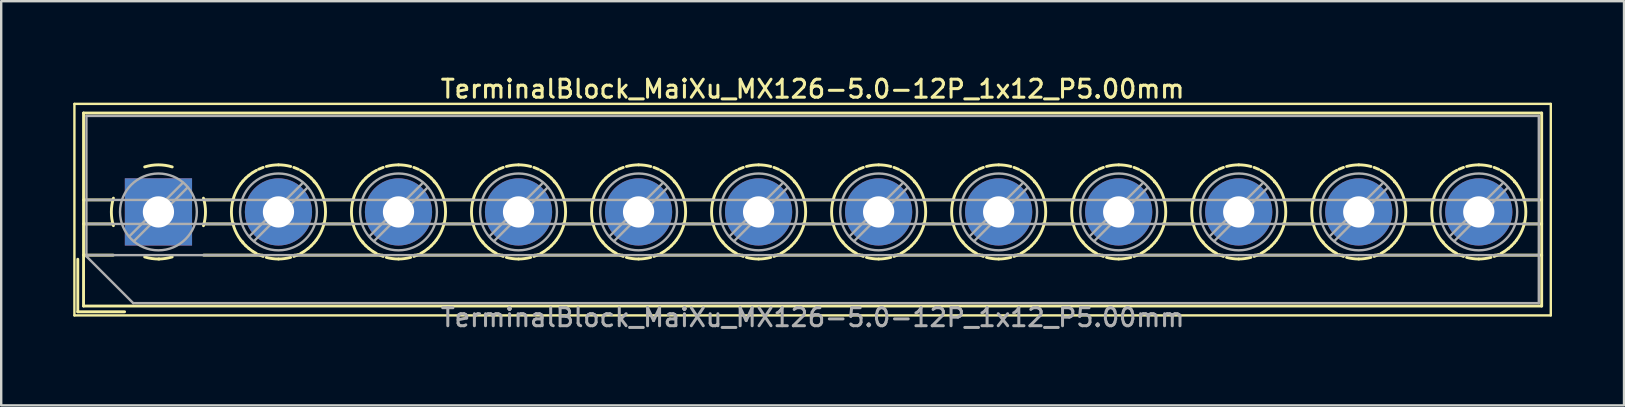
<source format=kicad_pcb>
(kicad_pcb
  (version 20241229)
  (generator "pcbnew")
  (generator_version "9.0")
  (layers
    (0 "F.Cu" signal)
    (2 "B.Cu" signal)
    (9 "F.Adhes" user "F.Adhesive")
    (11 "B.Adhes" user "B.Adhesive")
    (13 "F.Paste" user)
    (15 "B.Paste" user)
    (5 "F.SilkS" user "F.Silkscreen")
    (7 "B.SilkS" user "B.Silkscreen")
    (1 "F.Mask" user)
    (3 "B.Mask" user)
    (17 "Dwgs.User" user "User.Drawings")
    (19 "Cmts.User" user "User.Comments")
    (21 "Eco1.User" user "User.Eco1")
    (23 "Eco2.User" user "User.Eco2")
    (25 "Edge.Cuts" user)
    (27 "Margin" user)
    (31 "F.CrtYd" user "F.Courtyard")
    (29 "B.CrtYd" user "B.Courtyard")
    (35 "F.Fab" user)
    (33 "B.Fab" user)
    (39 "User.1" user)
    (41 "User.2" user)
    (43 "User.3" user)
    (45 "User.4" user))
  (footprint "TerminalBlock_MaiXu_MX126-5.0-12P_1x12_P5.00mm"
    (layer "F.Cu")
    (at 3.55 5.778)
    (property "Reference" "TerminalBlock_MaiXu_MX126-5.0-12P_1x12_P5.00mm" (at 27.25 -5.12 0) (layer "F.SilkS") (effects (font (size 0.75 0.75) (thickness 0.125))))
    (attr through_hole)
    (fp_line (start -3.5 -4.5) (end -3.5 4.31) (stroke (width 0.1) (type solid)) (layer "F.SilkS"))
    (fp_line (start -3.5 4.31) (end 58 4.31) (stroke (width 0.1) (type solid)) (layer "F.SilkS"))
    (fp_line (start -3.36 1.97) (end -3.36 4.16) (stroke (width 0.12) (type solid)) (layer "F.SilkS"))
    (fp_line (start -3.36 4.16) (end -1.41 4.16) (stroke (width 0.12) (type solid)) (layer "F.SilkS"))
    (fp_line (start -3.12 -4.12) (end -3.12 3.92) (stroke (width 0.12) (type solid)) (layer "F.SilkS"))
    (fp_line (start -3.12 -4.12) (end 57.62 -4.12) (stroke (width 0.12) (type solid)) (layer "F.SilkS"))
    (fp_line (start -3.12 -0.5) (end -1.88 -0.5) (stroke (width 0.12) (type solid)) (layer "F.SilkS"))
    (fp_line (start -3.12 0.5) (end -1.88 0.5) (stroke (width 0.12) (type solid)) (layer "F.SilkS"))
    (fp_line (start -3.12 1.8) (end -1.88 1.8) (stroke (width 0.12) (type solid)) (layer "F.SilkS"))
    (fp_line (start -3.12 3.92) (end 57.62 3.92) (stroke (width 0.12) (type solid)) (layer "F.SilkS"))
    (fp_line (start 1.88 -0.5) (end 3.165 -0.5) (stroke (width 0.12) (type solid)) (layer "F.SilkS"))
    (fp_line (start 1.88 0.5) (end 3.165 0.5) (stroke (width 0.12) (type solid)) (layer "F.SilkS"))
    (fp_line (start 1.88 1.8) (end 4.331 1.8) (stroke (width 0.12) (type solid)) (layer "F.SilkS"))
    (fp_line (start 3.514 1.248) (end 3.514 1.248) (stroke (width 0.12) (type solid)) (layer "F.SilkS"))
    (fp_line (start 5.67 1.8) (end 9.331 1.8) (stroke (width 0.12) (type solid)) (layer "F.SilkS"))
    (fp_line (start 6.487 -1.248) (end 6.487 -1.248) (stroke (width 0.12) (type solid)) (layer "F.SilkS"))
    (fp_line (start 6.836 -0.5) (end 8.165 -0.5) (stroke (width 0.12) (type solid)) (layer "F.SilkS"))
    (fp_line (start 6.836 0.5) (end 8.165 0.5) (stroke (width 0.12) (type solid)) (layer "F.SilkS"))
    (fp_line (start 8.514 1.248) (end 8.514 1.248) (stroke (width 0.12) (type solid)) (layer "F.SilkS"))
    (fp_line (start 10.67 1.8) (end 14.331 1.8) (stroke (width 0.12) (type solid)) (layer "F.SilkS"))
    (fp_line (start 11.487 -1.248) (end 11.487 -1.248) (stroke (width 0.12) (type solid)) (layer "F.SilkS"))
    (fp_line (start 11.836 -0.5) (end 13.165 -0.5) (stroke (width 0.12) (type solid)) (layer "F.SilkS"))
    (fp_line (start 11.836 0.5) (end 13.165 0.5) (stroke (width 0.12) (type solid)) (layer "F.SilkS"))
    (fp_line (start 13.514 1.248) (end 13.514 1.248) (stroke (width 0.12) (type solid)) (layer "F.SilkS"))
    (fp_line (start 15.67 1.8) (end 19.331 1.8) (stroke (width 0.12) (type solid)) (layer "F.SilkS"))
    (fp_line (start 16.487 -1.248) (end 16.487 -1.248) (stroke (width 0.12) (type solid)) (layer "F.SilkS"))
    (fp_line (start 16.836 -0.5) (end 18.165 -0.5) (stroke (width 0.12) (type solid)) (layer "F.SilkS"))
    (fp_line (start 16.836 0.5) (end 18.165 0.5) (stroke (width 0.12) (type solid)) (layer "F.SilkS"))
    (fp_line (start 18.514 1.248) (end 18.514 1.248) (stroke (width 0.12) (type solid)) (layer "F.SilkS"))
    (fp_line (start 20.67 1.8) (end 24.331 1.8) (stroke (width 0.12) (type solid)) (layer "F.SilkS"))
    (fp_line (start 21.487 -1.248) (end 21.487 -1.248) (stroke (width 0.12) (type solid)) (layer "F.SilkS"))
    (fp_line (start 21.836 -0.5) (end 23.165 -0.5) (stroke (width 0.12) (type solid)) (layer "F.SilkS"))
    (fp_line (start 21.836 0.5) (end 23.165 0.5) (stroke (width 0.12) (type solid)) (layer "F.SilkS"))
    (fp_line (start 23.514 1.248) (end 23.514 1.248) (stroke (width 0.12) (type solid)) (layer "F.SilkS"))
    (fp_line (start 25.67 1.8) (end 29.331 1.8) (stroke (width 0.12) (type solid)) (layer "F.SilkS"))
    (fp_line (start 26.487 -1.248) (end 26.487 -1.248) (stroke (width 0.12) (type solid)) (layer "F.SilkS"))
    (fp_line (start 26.836 -0.5) (end 28.165 -0.5) (stroke (width 0.12) (type solid)) (layer "F.SilkS"))
    (fp_line (start 26.836 0.5) (end 28.165 0.5) (stroke (width 0.12) (type solid)) (layer "F.SilkS"))
    (fp_line (start 28.514 1.248) (end 28.514 1.248) (stroke (width 0.12) (type solid)) (layer "F.SilkS"))
    (fp_line (start 30.67 1.8) (end 34.331 1.8) (stroke (width 0.12) (type solid)) (layer "F.SilkS"))
    (fp_line (start 31.487 -1.248) (end 31.487 -1.248) (stroke (width 0.12) (type solid)) (layer "F.SilkS"))
    (fp_line (start 31.836 -0.5) (end 33.165 -0.5) (stroke (width 0.12) (type solid)) (layer "F.SilkS"))
    (fp_line (start 31.836 0.5) (end 33.165 0.5) (stroke (width 0.12) (type solid)) (layer "F.SilkS"))
    (fp_line (start 33.514 1.248) (end 33.514 1.248) (stroke (width 0.12) (type solid)) (layer "F.SilkS"))
    (fp_line (start 35.67 1.8) (end 39.331 1.8) (stroke (width 0.12) (type solid)) (layer "F.SilkS"))
    (fp_line (start 36.487 -1.248) (end 36.487 -1.248) (stroke (width 0.12) (type solid)) (layer "F.SilkS"))
    (fp_line (start 36.836 -0.5) (end 38.165 -0.5) (stroke (width 0.12) (type solid)) (layer "F.SilkS"))
    (fp_line (start 36.836 0.5) (end 38.165 0.5) (stroke (width 0.12) (type solid)) (layer "F.SilkS"))
    (fp_line (start 38.514 1.248) (end 38.514 1.248) (stroke (width 0.12) (type solid)) (layer "F.SilkS"))
    (fp_line (start 40.67 1.8) (end 44.331 1.8) (stroke (width 0.12) (type solid)) (layer "F.SilkS"))
    (fp_line (start 41.487 -1.248) (end 41.487 -1.248) (stroke (width 0.12) (type solid)) (layer "F.SilkS"))
    (fp_line (start 41.836 -0.5) (end 43.165 -0.5) (stroke (width 0.12) (type solid)) (layer "F.SilkS"))
    (fp_line (start 41.836 0.5) (end 43.165 0.5) (stroke (width 0.12) (type solid)) (layer "F.SilkS"))
    (fp_line (start 43.514 1.248) (end 43.514 1.248) (stroke (width 0.12) (type solid)) (layer "F.SilkS"))
    (fp_line (start 45.67 1.8) (end 49.331 1.8) (stroke (width 0.12) (type solid)) (layer "F.SilkS"))
    (fp_line (start 46.487 -1.248) (end 46.487 -1.248) (stroke (width 0.12) (type solid)) (layer "F.SilkS"))
    (fp_line (start 46.836 -0.5) (end 48.165 -0.5) (stroke (width 0.12) (type solid)) (layer "F.SilkS"))
    (fp_line (start 46.836 0.5) (end 48.165 0.5) (stroke (width 0.12) (type solid)) (layer "F.SilkS"))
    (fp_line (start 48.514 1.248) (end 48.514 1.248) (stroke (width 0.12) (type solid)) (layer "F.SilkS"))
    (fp_line (start 50.67 1.8) (end 54.331 1.8) (stroke (width 0.12) (type solid)) (layer "F.SilkS"))
    (fp_line (start 51.487 -1.248) (end 51.487 -1.248) (stroke (width 0.12) (type solid)) (layer "F.SilkS"))
    (fp_line (start 51.836 -0.5) (end 53.165 -0.5) (stroke (width 0.12) (type solid)) (layer "F.SilkS"))
    (fp_line (start 51.836 0.5) (end 53.165 0.5) (stroke (width 0.12) (type solid)) (layer "F.SilkS"))
    (fp_line (start 53.514 1.248) (end 53.514 1.248) (stroke (width 0.12) (type solid)) (layer "F.SilkS"))
    (fp_line (start 55.67 1.8) (end 57.62 1.8) (stroke (width 0.12) (type solid)) (layer "F.SilkS"))
    (fp_line (start 56.487 -1.248) (end 56.487 -1.248) (stroke (width 0.12) (type solid)) (layer "F.SilkS"))
    (fp_line (start 56.836 -0.5) (end 57.62 -0.5) (stroke (width 0.12) (type solid)) (layer "F.SilkS"))
    (fp_line (start 56.836 0.5) (end 57.62 0.5) (stroke (width 0.12) (type solid)) (layer "F.SilkS"))
    (fp_line (start 57.62 -4.12) (end 57.62 3.92) (stroke (width 0.12) (type solid)) (layer "F.SilkS"))
    (fp_line (start 58 -4.5) (end -3.5 -4.5) (stroke (width 0.1) (type solid)) (layer "F.SilkS"))
    (fp_line (start 58 4.31) (end 58 -4.5) (stroke (width 0.1) (type solid)) (layer "F.SilkS"))
    (fp_arc (start -1.875422 0.572619) (mid -1.960893 -0.000722) (end -1.875 -0.574) (stroke (width 0.12) (type solid)) (layer "F.SilkS"))
    (fp_arc (start -0.572619 -1.875422) (mid 0.000722 -1.960893) (end 0.574 -1.875) (stroke (width 0.12) (type solid)) (layer "F.SilkS"))
    (fp_arc (start 0.0335 1.960607) (mid -0.273618 1.941709) (end -0.574 1.875) (stroke (width 0.12) (type solid)) (layer "F.SilkS"))
    (fp_arc (start 0.573049 1.874357) (mid 0.289706 1.938471) (end 0 1.96) (stroke (width 0.12) (type solid)) (layer "F.SilkS"))
    (fp_arc (start 1.875422 -0.572619) (mid 1.960893 0.000722) (end 1.875 0.574) (stroke (width 0.12) (type solid)) (layer "F.SilkS"))
    (fp_arc (start 3.434339 1.179122) (mid 3.039994 -0.000549) (end 3.435 -1.18) (stroke (width 0.12) (type solid)) (layer "F.SilkS"))
    (fp_arc (start 3.434826 -1.180695) (mid 3.476985 -1.2346) (end 3.521 -1.287) (stroke (width 0.12) (type solid)) (layer "F.SilkS"))
    (fp_arc (start 3.521125 1.286294) (mid 3.477135 1.233899) (end 3.435 1.18) (stroke (width 0.12) (type solid)) (layer "F.SilkS"))
    (fp_arc (start 3.521202 -1.287012) (mid 3.578748 -1.350291) (end 3.639 -1.411) (stroke (width 0.12) (type solid)) (layer "F.SilkS"))
    (fp_arc (start 3.63871 1.41001) (mid 3.578502 1.349289) (end 3.521 1.286) (stroke (width 0.12) (type solid)) (layer "F.SilkS"))
    (fp_arc (start 3.638867 -1.410738) (mid 3.701698 -1.468767) (end 3.767 -1.524) (stroke (width 0.12) (type solid)) (layer "F.SilkS"))
    (fp_arc (start 3.767069 1.523253) (mid 3.701799 1.468024) (end 3.639 1.41) (stroke (width 0.12) (type solid)) (layer "F.SilkS"))
    (fp_arc (start 3.767452 -1.524377) (mid 3.835117 -1.576689) (end 3.905 -1.626) (stroke (width 0.12) (type solid)) (layer "F.SilkS"))
    (fp_arc (start 3.904517 1.625664) (mid 3.834649 1.576332) (end 3.767 1.524) (stroke (width 0.12) (type solid)) (layer "F.SilkS"))
    (fp_arc (start 3.93363 -1.644317) (mid 4.00637 -1.689266) (end 4.081 -1.731) (stroke (width 0.12) (type solid)) (layer "F.SilkS"))
    (fp_arc (start 4.080344 1.730739) (mid 4.005726 1.688977) (end 3.933 1.644) (stroke (width 0.12) (type solid)) (layer "F.SilkS"))
    (fp_arc (start 4.172694 -1.777259) (mid 4.266842 -1.818121) (end 4.363 -1.854) (stroke (width 0.12) (type solid)) (layer "F.SilkS"))
    (fp_arc (start 4.362283 1.853815) (mid 4.266136 1.817899) (end 4.172 1.777) (stroke (width 0.12) (type solid)) (layer "F.SilkS"))
    (fp_arc (start 4.493681 -1.893473) (mid 4.74516 -1.943362) (end 5.001 -1.96) (stroke (width 0.12) (type solid)) (layer "F.SilkS"))
    (fp_arc (start 5.000479 1.960685) (mid 4.744554 1.943973) (end 4.493 1.894) (stroke (width 0.12) (type solid)) (layer "F.SilkS"))
    (fp_arc (start 5.000487 -1.960944) (mid 5.256437 -1.944104) (end 5.508 -1.894) (stroke (width 0.12) (type solid)) (layer "F.SilkS"))
    (fp_arc (start 5.507285 1.893215) (mid 5.255831 1.943232) (end 5 1.96) (stroke (width 0.12) (type solid)) (layer "F.SilkS"))
    (fp_arc (start 5.638712 -1.85392) (mid 5.734863 -1.817951) (end 5.829 -1.777) (stroke (width 0.12) (type solid)) (layer "F.SilkS"))
    (fp_arc (start 5.829295 1.77705) (mid 5.735155 1.818016) (end 5.639 1.854) (stroke (width 0.12) (type solid)) (layer "F.SilkS"))
    (fp_arc (start 5.920652 -1.730826) (mid 5.995273 -1.689021) (end 6.068 -1.644) (stroke (width 0.12) (type solid)) (layer "F.SilkS"))
    (fp_arc (start 6.068362 1.644143) (mid 5.995629 1.689179) (end 5.921 1.731) (stroke (width 0.12) (type solid)) (layer "F.SilkS"))
    (fp_arc (start 6.096479 -1.625751) (mid 6.16635 -1.576376) (end 6.234 -1.524) (stroke (width 0.12) (type solid)) (layer "F.SilkS"))
    (fp_arc (start 6.233457 1.523294) (mid 6.165838 1.575647) (end 6.096 1.625) (stroke (width 0.12) (type solid)) (layer "F.SilkS"))
    (fp_arc (start 6.233928 -1.523341) (mid 6.2992 -1.468068) (end 6.362 -1.41) (stroke (width 0.12) (type solid)) (layer "F.SilkS"))
    (fp_arc (start 6.36213 1.410651) (mid 6.299301 1.468723) (end 6.234 1.524) (stroke (width 0.12) (type solid)) (layer "F.SilkS"))
    (fp_arc (start 6.362286 -1.410097) (mid 6.422497 -1.349333) (end 6.48 -1.286) (stroke (width 0.12) (type solid)) (layer "F.SilkS"))
    (fp_arc (start 6.479707 1.285928) (mid 6.422207 1.349248) (end 6.362 1.41) (stroke (width 0.12) (type solid)) (layer "F.SilkS"))
    (fp_arc (start 6.479873 -1.286364) (mid 6.523865 -1.233934) (end 6.566 -1.18) (stroke (width 0.12) (type solid)) (layer "F.SilkS"))
    (fp_arc (start 6.565937 -1.180084) (mid 6.960805 -0.000052) (end 6.566 1.18) (stroke (width 0.12) (type solid)) (layer "F.SilkS"))
    (fp_arc (start 6.566102 1.179628) (mid 6.523979 1.233565) (end 6.48 1.286) (stroke (width 0.12) (type solid)) (layer "F.SilkS"))
    (fp_arc (start 8.434339 1.179122) (mid 8.039994 -0.000549) (end 8.435 -1.18) (stroke (width 0.12) (type solid)) (layer "F.SilkS"))
    (fp_arc (start 8.434826 -1.180695) (mid 8.476985 -1.2346) (end 8.521 -1.287) (stroke (width 0.12) (type solid)) (layer "F.SilkS"))
    (fp_arc (start 8.521125 1.286294) (mid 8.477135 1.233899) (end 8.435 1.18) (stroke (width 0.12) (type solid)) (layer "F.SilkS"))
    (fp_arc (start 8.521202 -1.287012) (mid 8.578748 -1.350291) (end 8.639 -1.411) (stroke (width 0.12) (type solid)) (layer "F.SilkS"))
    (fp_arc (start 8.63871 1.41001) (mid 8.578502 1.349289) (end 8.521 1.286) (stroke (width 0.12) (type solid)) (layer "F.SilkS"))
    (fp_arc (start 8.638867 -1.410738) (mid 8.701698 -1.468767) (end 8.767 -1.524) (stroke (width 0.12) (type solid)) (layer "F.SilkS"))
    (fp_arc (start 8.767069 1.523253) (mid 8.701799 1.468024) (end 8.639 1.41) (stroke (width 0.12) (type solid)) (layer "F.SilkS"))
    (fp_arc (start 8.767452 -1.524377) (mid 8.835117 -1.576689) (end 8.905 -1.626) (stroke (width 0.12) (type solid)) (layer "F.SilkS"))
    (fp_arc (start 8.904517 1.625664) (mid 8.834649 1.576332) (end 8.767 1.524) (stroke (width 0.12) (type solid)) (layer "F.SilkS"))
    (fp_arc (start 8.93363 -1.644317) (mid 9.00637 -1.689266) (end 9.081 -1.731) (stroke (width 0.12) (type solid)) (layer "F.SilkS"))
    (fp_arc (start 9.080344 1.730739) (mid 9.005726 1.688977) (end 8.933 1.644) (stroke (width 0.12) (type solid)) (layer "F.SilkS"))
    (fp_arc (start 9.172694 -1.777259) (mid 9.266842 -1.818121) (end 9.363 -1.854) (stroke (width 0.12) (type solid)) (layer "F.SilkS"))
    (fp_arc (start 9.362283 1.853815) (mid 9.266136 1.817899) (end 9.172 1.777) (stroke (width 0.12) (type solid)) (layer "F.SilkS"))
    (fp_arc (start 9.493681 -1.893473) (mid 9.74516 -1.943362) (end 10.001 -1.96) (stroke (width 0.12) (type solid)) (layer "F.SilkS"))
    (fp_arc (start 10.000479 1.960685) (mid 9.744554 1.943973) (end 9.493 1.894) (stroke (width 0.12) (type solid)) (layer "F.SilkS"))
    (fp_arc (start 10.000487 -1.960944) (mid 10.256437 -1.944104) (end 10.508 -1.894) (stroke (width 0.12) (type solid)) (layer "F.SilkS"))
    (fp_arc (start 10.507285 1.893215) (mid 10.255831 1.943232) (end 10 1.96) (stroke (width 0.12) (type solid)) (layer "F.SilkS"))
    (fp_arc (start 10.638712 -1.85392) (mid 10.734863 -1.817951) (end 10.829 -1.777) (stroke (width 0.12) (type solid)) (layer "F.SilkS"))
    (fp_arc (start 10.829295 1.77705) (mid 10.735155 1.818016) (end 10.639 1.854) (stroke (width 0.12) (type solid)) (layer "F.SilkS"))
    (fp_arc (start 10.920652 -1.730826) (mid 10.995273 -1.689021) (end 11.068 -1.644) (stroke (width 0.12) (type solid)) (layer "F.SilkS"))
    (fp_arc (start 11.068362 1.644143) (mid 10.995629 1.689179) (end 10.921 1.731) (stroke (width 0.12) (type solid)) (layer "F.SilkS"))
    (fp_arc (start 11.096479 -1.625751) (mid 11.16635 -1.576376) (end 11.234 -1.524) (stroke (width 0.12) (type solid)) (layer "F.SilkS"))
    (fp_arc (start 11.233457 1.523294) (mid 11.165838 1.575647) (end 11.096 1.625) (stroke (width 0.12) (type solid)) (layer "F.SilkS"))
    (fp_arc (start 11.233928 -1.523341) (mid 11.2992 -1.468068) (end 11.362 -1.41) (stroke (width 0.12) (type solid)) (layer "F.SilkS"))
    (fp_arc (start 11.36213 1.410651) (mid 11.299301 1.468723) (end 11.234 1.524) (stroke (width 0.12) (type solid)) (layer "F.SilkS"))
    (fp_arc (start 11.362286 -1.410097) (mid 11.422497 -1.349333) (end 11.48 -1.286) (stroke (width 0.12) (type solid)) (layer "F.SilkS"))
    (fp_arc (start 11.479707 1.285928) (mid 11.422207 1.349248) (end 11.362 1.41) (stroke (width 0.12) (type solid)) (layer "F.SilkS"))
    (fp_arc (start 11.479873 -1.286364) (mid 11.523865 -1.233934) (end 11.566 -1.18) (stroke (width 0.12) (type solid)) (layer "F.SilkS"))
    (fp_arc (start 11.565937 -1.180084) (mid 11.960805 -0.000052) (end 11.566 1.18) (stroke (width 0.12) (type solid)) (layer "F.SilkS"))
    (fp_arc (start 11.566102 1.179628) (mid 11.523979 1.233565) (end 11.48 1.286) (stroke (width 0.12) (type solid)) (layer "F.SilkS"))
    (fp_arc (start 13.434339 1.179122) (mid 13.039994 -0.000549) (end 13.435 -1.18) (stroke (width 0.12) (type solid)) (layer "F.SilkS"))
    (fp_arc (start 13.434826 -1.180695) (mid 13.476985 -1.2346) (end 13.521 -1.287) (stroke (width 0.12) (type solid)) (layer "F.SilkS"))
    (fp_arc (start 13.521125 1.286294) (mid 13.477135 1.233899) (end 13.435 1.18) (stroke (width 0.12) (type solid)) (layer "F.SilkS"))
    (fp_arc (start 13.521202 -1.287012) (mid 13.578748 -1.350291) (end 13.639 -1.411) (stroke (width 0.12) (type solid)) (layer "F.SilkS"))
    (fp_arc (start 13.63871 1.41001) (mid 13.578502 1.349289) (end 13.521 1.286) (stroke (width 0.12) (type solid)) (layer "F.SilkS"))
    (fp_arc (start 13.638867 -1.410738) (mid 13.701698 -1.468767) (end 13.767 -1.524) (stroke (width 0.12) (type solid)) (layer "F.SilkS"))
    (fp_arc (start 13.767069 1.523253) (mid 13.701799 1.468024) (end 13.639 1.41) (stroke (width 0.12) (type solid)) (layer "F.SilkS"))
    (fp_arc (start 13.767452 -1.524377) (mid 13.835117 -1.576689) (end 13.905 -1.626) (stroke (width 0.12) (type solid)) (layer "F.SilkS"))
    (fp_arc (start 13.904517 1.625664) (mid 13.834649 1.576332) (end 13.767 1.524) (stroke (width 0.12) (type solid)) (layer "F.SilkS"))
    (fp_arc (start 13.93363 -1.644317) (mid 14.00637 -1.689266) (end 14.081 -1.731) (stroke (width 0.12) (type solid)) (layer "F.SilkS"))
    (fp_arc (start 14.080344 1.730739) (mid 14.005726 1.688977) (end 13.933 1.644) (stroke (width 0.12) (type solid)) (layer "F.SilkS"))
    (fp_arc (start 14.172694 -1.777259) (mid 14.266842 -1.818121) (end 14.363 -1.854) (stroke (width 0.12) (type solid)) (layer "F.SilkS"))
    (fp_arc (start 14.362283 1.853815) (mid 14.266136 1.817899) (end 14.172 1.777) (stroke (width 0.12) (type solid)) (layer "F.SilkS"))
    (fp_arc (start 14.493681 -1.893473) (mid 14.74516 -1.943362) (end 15.001 -1.96) (stroke (width 0.12) (type solid)) (layer "F.SilkS"))
    (fp_arc (start 15.000479 1.960685) (mid 14.744554 1.943973) (end 14.493 1.894) (stroke (width 0.12) (type solid)) (layer "F.SilkS"))
    (fp_arc (start 15.000487 -1.960944) (mid 15.256437 -1.944104) (end 15.508 -1.894) (stroke (width 0.12) (type solid)) (layer "F.SilkS"))
    (fp_arc (start 15.507285 1.893215) (mid 15.255831 1.943232) (end 15 1.96) (stroke (width 0.12) (type solid)) (layer "F.SilkS"))
    (fp_arc (start 15.638712 -1.85392) (mid 15.734863 -1.817951) (end 15.829 -1.777) (stroke (width 0.12) (type solid)) (layer "F.SilkS"))
    (fp_arc (start 15.829295 1.77705) (mid 15.735155 1.818016) (end 15.639 1.854) (stroke (width 0.12) (type solid)) (layer "F.SilkS"))
    (fp_arc (start 15.920652 -1.730826) (mid 15.995273 -1.689021) (end 16.068 -1.644) (stroke (width 0.12) (type solid)) (layer "F.SilkS"))
    (fp_arc (start 16.068362 1.644143) (mid 15.995629 1.689179) (end 15.921 1.731) (stroke (width 0.12) (type solid)) (layer "F.SilkS"))
    (fp_arc (start 16.096479 -1.625751) (mid 16.16635 -1.576376) (end 16.234 -1.524) (stroke (width 0.12) (type solid)) (layer "F.SilkS"))
    (fp_arc (start 16.233457 1.523294) (mid 16.165838 1.575647) (end 16.096 1.625) (stroke (width 0.12) (type solid)) (layer "F.SilkS"))
    (fp_arc (start 16.233928 -1.523341) (mid 16.2992 -1.468068) (end 16.362 -1.41) (stroke (width 0.12) (type solid)) (layer "F.SilkS"))
    (fp_arc (start 16.36213 1.410651) (mid 16.299301 1.468723) (end 16.234 1.524) (stroke (width 0.12) (type solid)) (layer "F.SilkS"))
    (fp_arc (start 16.362286 -1.410097) (mid 16.422497 -1.349333) (end 16.48 -1.286) (stroke (width 0.12) (type solid)) (layer "F.SilkS"))
    (fp_arc (start 16.479707 1.285928) (mid 16.422207 1.349248) (end 16.362 1.41) (stroke (width 0.12) (type solid)) (layer "F.SilkS"))
    (fp_arc (start 16.479873 -1.286364) (mid 16.523865 -1.233934) (end 16.566 -1.18) (stroke (width 0.12) (type solid)) (layer "F.SilkS"))
    (fp_arc (start 16.565937 -1.180084) (mid 16.960805 -0.000052) (end 16.566 1.18) (stroke (width 0.12) (type solid)) (layer "F.SilkS"))
    (fp_arc (start 16.566102 1.179628) (mid 16.523979 1.233565) (end 16.48 1.286) (stroke (width 0.12) (type solid)) (layer "F.SilkS"))
    (fp_arc (start 18.434339 1.179122) (mid 18.039994 -0.000549) (end 18.435 -1.18) (stroke (width 0.12) (type solid)) (layer "F.SilkS"))
    (fp_arc (start 18.434826 -1.180695) (mid 18.476985 -1.2346) (end 18.521 -1.287) (stroke (width 0.12) (type solid)) (layer "F.SilkS"))
    (fp_arc (start 18.521125 1.286294) (mid 18.477135 1.233899) (end 18.435 1.18) (stroke (width 0.12) (type solid)) (layer "F.SilkS"))
    (fp_arc (start 18.521202 -1.287012) (mid 18.578748 -1.350291) (end 18.639 -1.411) (stroke (width 0.12) (type solid)) (layer "F.SilkS"))
    (fp_arc (start 18.63871 1.41001) (mid 18.578502 1.349289) (end 18.521 1.286) (stroke (width 0.12) (type solid)) (layer "F.SilkS"))
    (fp_arc (start 18.638867 -1.410738) (mid 18.701698 -1.468767) (end 18.767 -1.524) (stroke (width 0.12) (type solid)) (layer "F.SilkS"))
    (fp_arc (start 18.767069 1.523253) (mid 18.701799 1.468024) (end 18.639 1.41) (stroke (width 0.12) (type solid)) (layer "F.SilkS"))
    (fp_arc (start 18.767452 -1.524377) (mid 18.835117 -1.576689) (end 18.905 -1.626) (stroke (width 0.12) (type solid)) (layer "F.SilkS"))
    (fp_arc (start 18.904517 1.625664) (mid 18.834649 1.576332) (end 18.767 1.524) (stroke (width 0.12) (type solid)) (layer "F.SilkS"))
    (fp_arc (start 18.93363 -1.644317) (mid 19.00637 -1.689266) (end 19.081 -1.731) (stroke (width 0.12) (type solid)) (layer "F.SilkS"))
    (fp_arc (start 19.080344 1.730739) (mid 19.005726 1.688977) (end 18.933 1.644) (stroke (width 0.12) (type solid)) (layer "F.SilkS"))
    (fp_arc (start 19.172694 -1.777259) (mid 19.266842 -1.818121) (end 19.363 -1.854) (stroke (width 0.12) (type solid)) (layer "F.SilkS"))
    (fp_arc (start 19.362283 1.853815) (mid 19.266136 1.817899) (end 19.172 1.777) (stroke (width 0.12) (type solid)) (layer "F.SilkS"))
    (fp_arc (start 19.493681 -1.893473) (mid 19.74516 -1.943362) (end 20.001 -1.96) (stroke (width 0.12) (type solid)) (layer "F.SilkS"))
    (fp_arc (start 20.000479 1.960685) (mid 19.744554 1.943973) (end 19.493 1.894) (stroke (width 0.12) (type solid)) (layer "F.SilkS"))
    (fp_arc (start 20.000487 -1.960944) (mid 20.256437 -1.944104) (end 20.508 -1.894) (stroke (width 0.12) (type solid)) (layer "F.SilkS"))
    (fp_arc (start 20.507285 1.893215) (mid 20.255831 1.943232) (end 20 1.96) (stroke (width 0.12) (type solid)) (layer "F.SilkS"))
    (fp_arc (start 20.638712 -1.85392) (mid 20.734863 -1.817951) (end 20.829 -1.777) (stroke (width 0.12) (type solid)) (layer "F.SilkS"))
    (fp_arc (start 20.829295 1.77705) (mid 20.735155 1.818016) (end 20.639 1.854) (stroke (width 0.12) (type solid)) (layer "F.SilkS"))
    (fp_arc (start 20.920652 -1.730826) (mid 20.995273 -1.689021) (end 21.068 -1.644) (stroke (width 0.12) (type solid)) (layer "F.SilkS"))
    (fp_arc (start 21.068362 1.644143) (mid 20.995629 1.689179) (end 20.921 1.731) (stroke (width 0.12) (type solid)) (layer "F.SilkS"))
    (fp_arc (start 21.096479 -1.625751) (mid 21.16635 -1.576376) (end 21.234 -1.524) (stroke (width 0.12) (type solid)) (layer "F.SilkS"))
    (fp_arc (start 21.233457 1.523294) (mid 21.165838 1.575647) (end 21.096 1.625) (stroke (width 0.12) (type solid)) (layer "F.SilkS"))
    (fp_arc (start 21.233928 -1.523341) (mid 21.2992 -1.468068) (end 21.362 -1.41) (stroke (width 0.12) (type solid)) (layer "F.SilkS"))
    (fp_arc (start 21.36213 1.410651) (mid 21.299301 1.468723) (end 21.234 1.524) (stroke (width 0.12) (type solid)) (layer "F.SilkS"))
    (fp_arc (start 21.362286 -1.410097) (mid 21.422497 -1.349333) (end 21.48 -1.286) (stroke (width 0.12) (type solid)) (layer "F.SilkS"))
    (fp_arc (start 21.479707 1.285928) (mid 21.422207 1.349248) (end 21.362 1.41) (stroke (width 0.12) (type solid)) (layer "F.SilkS"))
    (fp_arc (start 21.479873 -1.286364) (mid 21.523865 -1.233934) (end 21.566 -1.18) (stroke (width 0.12) (type solid)) (layer "F.SilkS"))
    (fp_arc (start 21.565937 -1.180084) (mid 21.960805 -0.000052) (end 21.566 1.18) (stroke (width 0.12) (type solid)) (layer "F.SilkS"))
    (fp_arc (start 21.566102 1.179628) (mid 21.523979 1.233565) (end 21.48 1.286) (stroke (width 0.12) (type solid)) (layer "F.SilkS"))
    (fp_arc (start 23.434339 1.179122) (mid 23.039994 -0.000549) (end 23.435 -1.18) (stroke (width 0.12) (type solid)) (layer "F.SilkS"))
    (fp_arc (start 23.434826 -1.180695) (mid 23.476985 -1.2346) (end 23.521 -1.287) (stroke (width 0.12) (type solid)) (layer "F.SilkS"))
    (fp_arc (start 23.521125 1.286294) (mid 23.477135 1.233899) (end 23.435 1.18) (stroke (width 0.12) (type solid)) (layer "F.SilkS"))
    (fp_arc (start 23.521202 -1.287012) (mid 23.578748 -1.350291) (end 23.639 -1.411) (stroke (width 0.12) (type solid)) (layer "F.SilkS"))
    (fp_arc (start 23.63871 1.41001) (mid 23.578502 1.349289) (end 23.521 1.286) (stroke (width 0.12) (type solid)) (layer "F.SilkS"))
    (fp_arc (start 23.638867 -1.410738) (mid 23.701698 -1.468767) (end 23.767 -1.524) (stroke (width 0.12) (type solid)) (layer "F.SilkS"))
    (fp_arc (start 23.767069 1.523253) (mid 23.701799 1.468024) (end 23.639 1.41) (stroke (width 0.12) (type solid)) (layer "F.SilkS"))
    (fp_arc (start 23.767452 -1.524377) (mid 23.835117 -1.576689) (end 23.905 -1.626) (stroke (width 0.12) (type solid)) (layer "F.SilkS"))
    (fp_arc (start 23.904517 1.625664) (mid 23.834649 1.576332) (end 23.767 1.524) (stroke (width 0.12) (type solid)) (layer "F.SilkS"))
    (fp_arc (start 23.93363 -1.644317) (mid 24.00637 -1.689266) (end 24.081 -1.731) (stroke (width 0.12) (type solid)) (layer "F.SilkS"))
    (fp_arc (start 24.080344 1.730739) (mid 24.005726 1.688977) (end 23.933 1.644) (stroke (width 0.12) (type solid)) (layer "F.SilkS"))
    (fp_arc (start 24.172694 -1.777259) (mid 24.266842 -1.818121) (end 24.363 -1.854) (stroke (width 0.12) (type solid)) (layer "F.SilkS"))
    (fp_arc (start 24.362283 1.853815) (mid 24.266136 1.817899) (end 24.172 1.777) (stroke (width 0.12) (type solid)) (layer "F.SilkS"))
    (fp_arc (start 24.493681 -1.893473) (mid 24.74516 -1.943362) (end 25.001 -1.96) (stroke (width 0.12) (type solid)) (layer "F.SilkS"))
    (fp_arc (start 25.000479 1.960685) (mid 24.744554 1.943973) (end 24.493 1.894) (stroke (width 0.12) (type solid)) (layer "F.SilkS"))
    (fp_arc (start 25.000487 -1.960944) (mid 25.256437 -1.944104) (end 25.508 -1.894) (stroke (width 0.12) (type solid)) (layer "F.SilkS"))
    (fp_arc (start 25.507285 1.893215) (mid 25.255831 1.943232) (end 25 1.96) (stroke (width 0.12) (type solid)) (layer "F.SilkS"))
    (fp_arc (start 25.638712 -1.85392) (mid 25.734863 -1.817951) (end 25.829 -1.777) (stroke (width 0.12) (type solid)) (layer "F.SilkS"))
    (fp_arc (start 25.829295 1.77705) (mid 25.735155 1.818016) (end 25.639 1.854) (stroke (width 0.12) (type solid)) (layer "F.SilkS"))
    (fp_arc (start 25.920652 -1.730826) (mid 25.995273 -1.689021) (end 26.068 -1.644) (stroke (width 0.12) (type solid)) (layer "F.SilkS"))
    (fp_arc (start 26.068362 1.644143) (mid 25.995629 1.689179) (end 25.921 1.731) (stroke (width 0.12) (type solid)) (layer "F.SilkS"))
    (fp_arc (start 26.096479 -1.625751) (mid 26.16635 -1.576376) (end 26.234 -1.524) (stroke (width 0.12) (type solid)) (layer "F.SilkS"))
    (fp_arc (start 26.233457 1.523294) (mid 26.165838 1.575647) (end 26.096 1.625) (stroke (width 0.12) (type solid)) (layer "F.SilkS"))
    (fp_arc (start 26.233928 -1.523341) (mid 26.2992 -1.468068) (end 26.362 -1.41) (stroke (width 0.12) (type solid)) (layer "F.SilkS"))
    (fp_arc (start 26.36213 1.410651) (mid 26.299301 1.468723) (end 26.234 1.524) (stroke (width 0.12) (type solid)) (layer "F.SilkS"))
    (fp_arc (start 26.362286 -1.410097) (mid 26.422497 -1.349333) (end 26.48 -1.286) (stroke (width 0.12) (type solid)) (layer "F.SilkS"))
    (fp_arc (start 26.479707 1.285928) (mid 26.422207 1.349248) (end 26.362 1.41) (stroke (width 0.12) (type solid)) (layer "F.SilkS"))
    (fp_arc (start 26.479873 -1.286364) (mid 26.523865 -1.233934) (end 26.566 -1.18) (stroke (width 0.12) (type solid)) (layer "F.SilkS"))
    (fp_arc (start 26.565937 -1.180084) (mid 26.960805 -0.000052) (end 26.566 1.18) (stroke (width 0.12) (type solid)) (layer "F.SilkS"))
    (fp_arc (start 26.566102 1.179628) (mid 26.523979 1.233565) (end 26.48 1.286) (stroke (width 0.12) (type solid)) (layer "F.SilkS"))
    (fp_arc (start 28.434339 1.179122) (mid 28.039994 -0.000549) (end 28.435 -1.18) (stroke (width 0.12) (type solid)) (layer "F.SilkS"))
    (fp_arc (start 28.434826 -1.180695) (mid 28.476985 -1.2346) (end 28.521 -1.287) (stroke (width 0.12) (type solid)) (layer "F.SilkS"))
    (fp_arc (start 28.521125 1.286294) (mid 28.477135 1.233899) (end 28.435 1.18) (stroke (width 0.12) (type solid)) (layer "F.SilkS"))
    (fp_arc (start 28.521202 -1.287012) (mid 28.578748 -1.350291) (end 28.639 -1.411) (stroke (width 0.12) (type solid)) (layer "F.SilkS"))
    (fp_arc (start 28.63871 1.41001) (mid 28.578502 1.349289) (end 28.521 1.286) (stroke (width 0.12) (type solid)) (layer "F.SilkS"))
    (fp_arc (start 28.638867 -1.410738) (mid 28.701698 -1.468767) (end 28.767 -1.524) (stroke (width 0.12) (type solid)) (layer "F.SilkS"))
    (fp_arc (start 28.767069 1.523253) (mid 28.701799 1.468024) (end 28.639 1.41) (stroke (width 0.12) (type solid)) (layer "F.SilkS"))
    (fp_arc (start 28.767452 -1.524377) (mid 28.835117 -1.576689) (end 28.905 -1.626) (stroke (width 0.12) (type solid)) (layer "F.SilkS"))
    (fp_arc (start 28.904517 1.625664) (mid 28.834649 1.576332) (end 28.767 1.524) (stroke (width 0.12) (type solid)) (layer "F.SilkS"))
    (fp_arc (start 28.93363 -1.644317) (mid 29.00637 -1.689266) (end 29.081 -1.731) (stroke (width 0.12) (type solid)) (layer "F.SilkS"))
    (fp_arc (start 29.080344 1.730739) (mid 29.005726 1.688977) (end 28.933 1.644) (stroke (width 0.12) (type solid)) (layer "F.SilkS"))
    (fp_arc (start 29.172694 -1.777259) (mid 29.266842 -1.818121) (end 29.363 -1.854) (stroke (width 0.12) (type solid)) (layer "F.SilkS"))
    (fp_arc (start 29.362283 1.853815) (mid 29.266136 1.817899) (end 29.172 1.777) (stroke (width 0.12) (type solid)) (layer "F.SilkS"))
    (fp_arc (start 29.493681 -1.893473) (mid 29.74516 -1.943362) (end 30.001 -1.96) (stroke (width 0.12) (type solid)) (layer "F.SilkS"))
    (fp_arc (start 30.000479 1.960685) (mid 29.744554 1.943973) (end 29.493 1.894) (stroke (width 0.12) (type solid)) (layer "F.SilkS"))
    (fp_arc (start 30.000487 -1.960944) (mid 30.256437 -1.944104) (end 30.508 -1.894) (stroke (width 0.12) (type solid)) (layer "F.SilkS"))
    (fp_arc (start 30.507285 1.893215) (mid 30.255831 1.943232) (end 30 1.96) (stroke (width 0.12) (type solid)) (layer "F.SilkS"))
    (fp_arc (start 30.638712 -1.85392) (mid 30.734863 -1.817951) (end 30.829 -1.777) (stroke (width 0.12) (type solid)) (layer "F.SilkS"))
    (fp_arc (start 30.829295 1.77705) (mid 30.735155 1.818016) (end 30.639 1.854) (stroke (width 0.12) (type solid)) (layer "F.SilkS"))
    (fp_arc (start 30.920652 -1.730826) (mid 30.995273 -1.689021) (end 31.068 -1.644) (stroke (width 0.12) (type solid)) (layer "F.SilkS"))
    (fp_arc (start 31.068362 1.644143) (mid 30.995629 1.689179) (end 30.921 1.731) (stroke (width 0.12) (type solid)) (layer "F.SilkS"))
    (fp_arc (start 31.096479 -1.625751) (mid 31.16635 -1.576376) (end 31.234 -1.524) (stroke (width 0.12) (type solid)) (layer "F.SilkS"))
    (fp_arc (start 31.233457 1.523294) (mid 31.165838 1.575647) (end 31.096 1.625) (stroke (width 0.12) (type solid)) (layer "F.SilkS"))
    (fp_arc (start 31.233928 -1.523341) (mid 31.2992 -1.468068) (end 31.362 -1.41) (stroke (width 0.12) (type solid)) (layer "F.SilkS"))
    (fp_arc (start 31.36213 1.410651) (mid 31.299301 1.468723) (end 31.234 1.524) (stroke (width 0.12) (type solid)) (layer "F.SilkS"))
    (fp_arc (start 31.362286 -1.410097) (mid 31.422497 -1.349333) (end 31.48 -1.286) (stroke (width 0.12) (type solid)) (layer "F.SilkS"))
    (fp_arc (start 31.479707 1.285928) (mid 31.422207 1.349248) (end 31.362 1.41) (stroke (width 0.12) (type solid)) (layer "F.SilkS"))
    (fp_arc (start 31.479873 -1.286364) (mid 31.523865 -1.233934) (end 31.566 -1.18) (stroke (width 0.12) (type solid)) (layer "F.SilkS"))
    (fp_arc (start 31.565937 -1.180084) (mid 31.960805 -0.000052) (end 31.566 1.18) (stroke (width 0.12) (type solid)) (layer "F.SilkS"))
    (fp_arc (start 31.566102 1.179628) (mid 31.523979 1.233565) (end 31.48 1.286) (stroke (width 0.12) (type solid)) (layer "F.SilkS"))
    (fp_arc (start 33.434339 1.179122) (mid 33.039994 -0.000549) (end 33.435 -1.18) (stroke (width 0.12) (type solid)) (layer "F.SilkS"))
    (fp_arc (start 33.434826 -1.180695) (mid 33.476985 -1.2346) (end 33.521 -1.287) (stroke (width 0.12) (type solid)) (layer "F.SilkS"))
    (fp_arc (start 33.521125 1.286294) (mid 33.477135 1.233899) (end 33.435 1.18) (stroke (width 0.12) (type solid)) (layer "F.SilkS"))
    (fp_arc (start 33.521202 -1.287012) (mid 33.578748 -1.350291) (end 33.639 -1.411) (stroke (width 0.12) (type solid)) (layer "F.SilkS"))
    (fp_arc (start 33.63871 1.41001) (mid 33.578502 1.349289) (end 33.521 1.286) (stroke (width 0.12) (type solid)) (layer "F.SilkS"))
    (fp_arc (start 33.638867 -1.410738) (mid 33.701698 -1.468767) (end 33.767 -1.524) (stroke (width 0.12) (type solid)) (layer "F.SilkS"))
    (fp_arc (start 33.767069 1.523253) (mid 33.701799 1.468024) (end 33.639 1.41) (stroke (width 0.12) (type solid)) (layer "F.SilkS"))
    (fp_arc (start 33.767452 -1.524377) (mid 33.835117 -1.576689) (end 33.905 -1.626) (stroke (width 0.12) (type solid)) (layer "F.SilkS"))
    (fp_arc (start 33.904517 1.625664) (mid 33.834649 1.576332) (end 33.767 1.524) (stroke (width 0.12) (type solid)) (layer "F.SilkS"))
    (fp_arc (start 33.93363 -1.644317) (mid 34.00637 -1.689266) (end 34.081 -1.731) (stroke (width 0.12) (type solid)) (layer "F.SilkS"))
    (fp_arc (start 34.080344 1.730739) (mid 34.005726 1.688977) (end 33.933 1.644) (stroke (width 0.12) (type solid)) (layer "F.SilkS"))
    (fp_arc (start 34.172694 -1.777259) (mid 34.266842 -1.818121) (end 34.363 -1.854) (stroke (width 0.12) (type solid)) (layer "F.SilkS"))
    (fp_arc (start 34.362283 1.853815) (mid 34.266136 1.817899) (end 34.172 1.777) (stroke (width 0.12) (type solid)) (layer "F.SilkS"))
    (fp_arc (start 34.493681 -1.893473) (mid 34.74516 -1.943362) (end 35.001 -1.96) (stroke (width 0.12) (type solid)) (layer "F.SilkS"))
    (fp_arc (start 35.000479 1.960685) (mid 34.744554 1.943973) (end 34.493 1.894) (stroke (width 0.12) (type solid)) (layer "F.SilkS"))
    (fp_arc (start 35.000487 -1.960944) (mid 35.256437 -1.944104) (end 35.508 -1.894) (stroke (width 0.12) (type solid)) (layer "F.SilkS"))
    (fp_arc (start 35.507285 1.893215) (mid 35.255831 1.943232) (end 35 1.96) (stroke (width 0.12) (type solid)) (layer "F.SilkS"))
    (fp_arc (start 35.638712 -1.85392) (mid 35.734863 -1.817951) (end 35.829 -1.777) (stroke (width 0.12) (type solid)) (layer "F.SilkS"))
    (fp_arc (start 35.829295 1.77705) (mid 35.735155 1.818016) (end 35.639 1.854) (stroke (width 0.12) (type solid)) (layer "F.SilkS"))
    (fp_arc (start 35.920652 -1.730826) (mid 35.995273 -1.689021) (end 36.068 -1.644) (stroke (width 0.12) (type solid)) (layer "F.SilkS"))
    (fp_arc (start 36.068362 1.644143) (mid 35.995629 1.689179) (end 35.921 1.731) (stroke (width 0.12) (type solid)) (layer "F.SilkS"))
    (fp_arc (start 36.096479 -1.625751) (mid 36.16635 -1.576376) (end 36.234 -1.524) (stroke (width 0.12) (type solid)) (layer "F.SilkS"))
    (fp_arc (start 36.233457 1.523294) (mid 36.165838 1.575647) (end 36.096 1.625) (stroke (width 0.12) (type solid)) (layer "F.SilkS"))
    (fp_arc (start 36.233928 -1.523341) (mid 36.2992 -1.468068) (end 36.362 -1.41) (stroke (width 0.12) (type solid)) (layer "F.SilkS"))
    (fp_arc (start 36.36213 1.410651) (mid 36.299301 1.468723) (end 36.234 1.524) (stroke (width 0.12) (type solid)) (layer "F.SilkS"))
    (fp_arc (start 36.362286 -1.410097) (mid 36.422497 -1.349333) (end 36.48 -1.286) (stroke (width 0.12) (type solid)) (layer "F.SilkS"))
    (fp_arc (start 36.479707 1.285928) (mid 36.422207 1.349248) (end 36.362 1.41) (stroke (width 0.12) (type solid)) (layer "F.SilkS"))
    (fp_arc (start 36.479873 -1.286364) (mid 36.523865 -1.233934) (end 36.566 -1.18) (stroke (width 0.12) (type solid)) (layer "F.SilkS"))
    (fp_arc (start 36.565937 -1.180084) (mid 36.960805 -0.000052) (end 36.566 1.18) (stroke (width 0.12) (type solid)) (layer "F.SilkS"))
    (fp_arc (start 36.566102 1.179628) (mid 36.523979 1.233565) (end 36.48 1.286) (stroke (width 0.12) (type solid)) (layer "F.SilkS"))
    (fp_arc (start 38.434339 1.179122) (mid 38.039994 -0.000549) (end 38.435 -1.18) (stroke (width 0.12) (type solid)) (layer "F.SilkS"))
    (fp_arc (start 38.434826 -1.180695) (mid 38.476985 -1.2346) (end 38.521 -1.287) (stroke (width 0.12) (type solid)) (layer "F.SilkS"))
    (fp_arc (start 38.521125 1.286294) (mid 38.477135 1.233899) (end 38.435 1.18) (stroke (width 0.12) (type solid)) (layer "F.SilkS"))
    (fp_arc (start 38.521202 -1.287012) (mid 38.578748 -1.350291) (end 38.639 -1.411) (stroke (width 0.12) (type solid)) (layer "F.SilkS"))
    (fp_arc (start 38.63871 1.41001) (mid 38.578502 1.349289) (end 38.521 1.286) (stroke (width 0.12) (type solid)) (layer "F.SilkS"))
    (fp_arc (start 38.638867 -1.410738) (mid 38.701698 -1.468767) (end 38.767 -1.524) (stroke (width 0.12) (type solid)) (layer "F.SilkS"))
    (fp_arc (start 38.767069 1.523253) (mid 38.701799 1.468024) (end 38.639 1.41) (stroke (width 0.12) (type solid)) (layer "F.SilkS"))
    (fp_arc (start 38.767452 -1.524377) (mid 38.835117 -1.576689) (end 38.905 -1.626) (stroke (width 0.12) (type solid)) (layer "F.SilkS"))
    (fp_arc (start 38.904517 1.625664) (mid 38.834649 1.576332) (end 38.767 1.524) (stroke (width 0.12) (type solid)) (layer "F.SilkS"))
    (fp_arc (start 38.93363 -1.644317) (mid 39.00637 -1.689266) (end 39.081 -1.731) (stroke (width 0.12) (type solid)) (layer "F.SilkS"))
    (fp_arc (start 39.080344 1.730739) (mid 39.005726 1.688977) (end 38.933 1.644) (stroke (width 0.12) (type solid)) (layer "F.SilkS"))
    (fp_arc (start 39.172694 -1.777259) (mid 39.266842 -1.818121) (end 39.363 -1.854) (stroke (width 0.12) (type solid)) (layer "F.SilkS"))
    (fp_arc (start 39.362283 1.853815) (mid 39.266136 1.817899) (end 39.172 1.777) (stroke (width 0.12) (type solid)) (layer "F.SilkS"))
    (fp_arc (start 39.493681 -1.893473) (mid 39.74516 -1.943362) (end 40.001 -1.96) (stroke (width 0.12) (type solid)) (layer "F.SilkS"))
    (fp_arc (start 40.000479 1.960685) (mid 39.744554 1.943973) (end 39.493 1.894) (stroke (width 0.12) (type solid)) (layer "F.SilkS"))
    (fp_arc (start 40.000487 -1.960944) (mid 40.256437 -1.944104) (end 40.508 -1.894) (stroke (width 0.12) (type solid)) (layer "F.SilkS"))
    (fp_arc (start 40.507285 1.893215) (mid 40.255831 1.943232) (end 40 1.96) (stroke (width 0.12) (type solid)) (layer "F.SilkS"))
    (fp_arc (start 40.638712 -1.85392) (mid 40.734863 -1.817951) (end 40.829 -1.777) (stroke (width 0.12) (type solid)) (layer "F.SilkS"))
    (fp_arc (start 40.829295 1.77705) (mid 40.735155 1.818016) (end 40.639 1.854) (stroke (width 0.12) (type solid)) (layer "F.SilkS"))
    (fp_arc (start 40.920652 -1.730826) (mid 40.995273 -1.689021) (end 41.068 -1.644) (stroke (width 0.12) (type solid)) (layer "F.SilkS"))
    (fp_arc (start 41.068362 1.644143) (mid 40.995629 1.689179) (end 40.921 1.731) (stroke (width 0.12) (type solid)) (layer "F.SilkS"))
    (fp_arc (start 41.096479 -1.625751) (mid 41.16635 -1.576376) (end 41.234 -1.524) (stroke (width 0.12) (type solid)) (layer "F.SilkS"))
    (fp_arc (start 41.233457 1.523294) (mid 41.165838 1.575647) (end 41.096 1.625) (stroke (width 0.12) (type solid)) (layer "F.SilkS"))
    (fp_arc (start 41.233928 -1.523341) (mid 41.2992 -1.468068) (end 41.362 -1.41) (stroke (width 0.12) (type solid)) (layer "F.SilkS"))
    (fp_arc (start 41.36213 1.410651) (mid 41.299301 1.468723) (end 41.234 1.524) (stroke (width 0.12) (type solid)) (layer "F.SilkS"))
    (fp_arc (start 41.362286 -1.410097) (mid 41.422497 -1.349333) (end 41.48 -1.286) (stroke (width 0.12) (type solid)) (layer "F.SilkS"))
    (fp_arc (start 41.479707 1.285928) (mid 41.422207 1.349248) (end 41.362 1.41) (stroke (width 0.12) (type solid)) (layer "F.SilkS"))
    (fp_arc (start 41.479873 -1.286364) (mid 41.523865 -1.233934) (end 41.566 -1.18) (stroke (width 0.12) (type solid)) (layer "F.SilkS"))
    (fp_arc (start 41.565937 -1.180084) (mid 41.960805 -0.000052) (end 41.566 1.18) (stroke (width 0.12) (type solid)) (layer "F.SilkS"))
    (fp_arc (start 41.566102 1.179628) (mid 41.523979 1.233565) (end 41.48 1.286) (stroke (width 0.12) (type solid)) (layer "F.SilkS"))
    (fp_arc (start 43.434339 1.179122) (mid 43.039994 -0.000549) (end 43.435 -1.18) (stroke (width 0.12) (type solid)) (layer "F.SilkS"))
    (fp_arc (start 43.434826 -1.180695) (mid 43.476985 -1.2346) (end 43.521 -1.287) (stroke (width 0.12) (type solid)) (layer "F.SilkS"))
    (fp_arc (start 43.521125 1.286294) (mid 43.477135 1.233899) (end 43.435 1.18) (stroke (width 0.12) (type solid)) (layer "F.SilkS"))
    (fp_arc (start 43.521202 -1.287012) (mid 43.578748 -1.350291) (end 43.639 -1.411) (stroke (width 0.12) (type solid)) (layer "F.SilkS"))
    (fp_arc (start 43.63871 1.41001) (mid 43.578502 1.349289) (end 43.521 1.286) (stroke (width 0.12) (type solid)) (layer "F.SilkS"))
    (fp_arc (start 43.638867 -1.410738) (mid 43.701698 -1.468767) (end 43.767 -1.524) (stroke (width 0.12) (type solid)) (layer "F.SilkS"))
    (fp_arc (start 43.767069 1.523253) (mid 43.701799 1.468024) (end 43.639 1.41) (stroke (width 0.12) (type solid)) (layer "F.SilkS"))
    (fp_arc (start 43.767452 -1.524377) (mid 43.835117 -1.576689) (end 43.905 -1.626) (stroke (width 0.12) (type solid)) (layer "F.SilkS"))
    (fp_arc (start 43.904517 1.625664) (mid 43.834649 1.576332) (end 43.767 1.524) (stroke (width 0.12) (type solid)) (layer "F.SilkS"))
    (fp_arc (start 43.93363 -1.644317) (mid 44.00637 -1.689266) (end 44.081 -1.731) (stroke (width 0.12) (type solid)) (layer "F.SilkS"))
    (fp_arc (start 44.080344 1.730739) (mid 44.005726 1.688977) (end 43.933 1.644) (stroke (width 0.12) (type solid)) (layer "F.SilkS"))
    (fp_arc (start 44.172694 -1.777259) (mid 44.266842 -1.818121) (end 44.363 -1.854) (stroke (width 0.12) (type solid)) (layer "F.SilkS"))
    (fp_arc (start 44.362283 1.853815) (mid 44.266136 1.817899) (end 44.172 1.777) (stroke (width 0.12) (type solid)) (layer "F.SilkS"))
    (fp_arc (start 44.493681 -1.893473) (mid 44.74516 -1.943362) (end 45.001 -1.96) (stroke (width 0.12) (type solid)) (layer "F.SilkS"))
    (fp_arc (start 45.000479 1.960685) (mid 44.744554 1.943973) (end 44.493 1.894) (stroke (width 0.12) (type solid)) (layer "F.SilkS"))
    (fp_arc (start 45.000487 -1.960944) (mid 45.256437 -1.944104) (end 45.508 -1.894) (stroke (width 0.12) (type solid)) (layer "F.SilkS"))
    (fp_arc (start 45.507285 1.893215) (mid 45.255831 1.943232) (end 45 1.96) (stroke (width 0.12) (type solid)) (layer "F.SilkS"))
    (fp_arc (start 45.638712 -1.85392) (mid 45.734863 -1.817951) (end 45.829 -1.777) (stroke (width 0.12) (type solid)) (layer "F.SilkS"))
    (fp_arc (start 45.829295 1.77705) (mid 45.735155 1.818016) (end 45.639 1.854) (stroke (width 0.12) (type solid)) (layer "F.SilkS"))
    (fp_arc (start 45.920652 -1.730826) (mid 45.995273 -1.689021) (end 46.068 -1.644) (stroke (width 0.12) (type solid)) (layer "F.SilkS"))
    (fp_arc (start 46.068362 1.644143) (mid 45.995629 1.689179) (end 45.921 1.731) (stroke (width 0.12) (type solid)) (layer "F.SilkS"))
    (fp_arc (start 46.096479 -1.625751) (mid 46.16635 -1.576376) (end 46.234 -1.524) (stroke (width 0.12) (type solid)) (layer "F.SilkS"))
    (fp_arc (start 46.233457 1.523294) (mid 46.165838 1.575647) (end 46.096 1.625) (stroke (width 0.12) (type solid)) (layer "F.SilkS"))
    (fp_arc (start 46.233928 -1.523341) (mid 46.2992 -1.468068) (end 46.362 -1.41) (stroke (width 0.12) (type solid)) (layer "F.SilkS"))
    (fp_arc (start 46.36213 1.410651) (mid 46.299301 1.468723) (end 46.234 1.524) (stroke (width 0.12) (type solid)) (layer "F.SilkS"))
    (fp_arc (start 46.362286 -1.410097) (mid 46.422497 -1.349333) (end 46.48 -1.286) (stroke (width 0.12) (type solid)) (layer "F.SilkS"))
    (fp_arc (start 46.479707 1.285928) (mid 46.422207 1.349248) (end 46.362 1.41) (stroke (width 0.12) (type solid)) (layer "F.SilkS"))
    (fp_arc (start 46.479873 -1.286364) (mid 46.523865 -1.233934) (end 46.566 -1.18) (stroke (width 0.12) (type solid)) (layer "F.SilkS"))
    (fp_arc (start 46.565937 -1.180084) (mid 46.960805 -0.000052) (end 46.566 1.18) (stroke (width 0.12) (type solid)) (layer "F.SilkS"))
    (fp_arc (start 46.566102 1.179628) (mid 46.523979 1.233565) (end 46.48 1.286) (stroke (width 0.12) (type solid)) (layer "F.SilkS"))
    (fp_arc (start 48.434339 1.179122) (mid 48.039994 -0.000549) (end 48.435 -1.18) (stroke (width 0.12) (type solid)) (layer "F.SilkS"))
    (fp_arc (start 48.434826 -1.180695) (mid 48.476985 -1.2346) (end 48.521 -1.287) (stroke (width 0.12) (type solid)) (layer "F.SilkS"))
    (fp_arc (start 48.521125 1.286294) (mid 48.477135 1.233899) (end 48.435 1.18) (stroke (width 0.12) (type solid)) (layer "F.SilkS"))
    (fp_arc (start 48.521202 -1.287012) (mid 48.578748 -1.350291) (end 48.639 -1.411) (stroke (width 0.12) (type solid)) (layer "F.SilkS"))
    (fp_arc (start 48.63871 1.41001) (mid 48.578502 1.349289) (end 48.521 1.286) (stroke (width 0.12) (type solid)) (layer "F.SilkS"))
    (fp_arc (start 48.638867 -1.410738) (mid 48.701698 -1.468767) (end 48.767 -1.524) (stroke (width 0.12) (type solid)) (layer "F.SilkS"))
    (fp_arc (start 48.767069 1.523253) (mid 48.701799 1.468024) (end 48.639 1.41) (stroke (width 0.12) (type solid)) (layer "F.SilkS"))
    (fp_arc (start 48.767452 -1.524377) (mid 48.835117 -1.576689) (end 48.905 -1.626) (stroke (width 0.12) (type solid)) (layer "F.SilkS"))
    (fp_arc (start 48.904517 1.625664) (mid 48.834649 1.576332) (end 48.767 1.524) (stroke (width 0.12) (type solid)) (layer "F.SilkS"))
    (fp_arc (start 48.93363 -1.644317) (mid 49.00637 -1.689266) (end 49.081 -1.731) (stroke (width 0.12) (type solid)) (layer "F.SilkS"))
    (fp_arc (start 49.080344 1.730739) (mid 49.005726 1.688977) (end 48.933 1.644) (stroke (width 0.12) (type solid)) (layer "F.SilkS"))
    (fp_arc (start 49.172694 -1.777259) (mid 49.266842 -1.818121) (end 49.363 -1.854) (stroke (width 0.12) (type solid)) (layer "F.SilkS"))
    (fp_arc (start 49.362283 1.853815) (mid 49.266136 1.817899) (end 49.172 1.777) (stroke (width 0.12) (type solid)) (layer "F.SilkS"))
    (fp_arc (start 49.493681 -1.893473) (mid 49.74516 -1.943362) (end 50.001 -1.96) (stroke (width 0.12) (type solid)) (layer "F.SilkS"))
    (fp_arc (start 50.000479 1.960685) (mid 49.744554 1.943973) (end 49.493 1.894) (stroke (width 0.12) (type solid)) (layer "F.SilkS"))
    (fp_arc (start 50.000487 -1.960944) (mid 50.256437 -1.944104) (end 50.508 -1.894) (stroke (width 0.12) (type solid)) (layer "F.SilkS"))
    (fp_arc (start 50.507285 1.893215) (mid 50.255831 1.943232) (end 50 1.96) (stroke (width 0.12) (type solid)) (layer "F.SilkS"))
    (fp_arc (start 50.638712 -1.85392) (mid 50.734863 -1.817951) (end 50.829 -1.777) (stroke (width 0.12) (type solid)) (layer "F.SilkS"))
    (fp_arc (start 50.829295 1.77705) (mid 50.735155 1.818016) (end 50.639 1.854) (stroke (width 0.12) (type solid)) (layer "F.SilkS"))
    (fp_arc (start 50.920652 -1.730826) (mid 50.995273 -1.689021) (end 51.068 -1.644) (stroke (width 0.12) (type solid)) (layer "F.SilkS"))
    (fp_arc (start 51.068362 1.644143) (mid 50.995629 1.689179) (end 50.921 1.731) (stroke (width 0.12) (type solid)) (layer "F.SilkS"))
    (fp_arc (start 51.096479 -1.625751) (mid 51.16635 -1.576376) (end 51.234 -1.524) (stroke (width 0.12) (type solid)) (layer "F.SilkS"))
    (fp_arc (start 51.233457 1.523294) (mid 51.165838 1.575647) (end 51.096 1.625) (stroke (width 0.12) (type solid)) (layer "F.SilkS"))
    (fp_arc (start 51.233928 -1.523341) (mid 51.2992 -1.468068) (end 51.362 -1.41) (stroke (width 0.12) (type solid)) (layer "F.SilkS"))
    (fp_arc (start 51.36213 1.410651) (mid 51.299301 1.468723) (end 51.234 1.524) (stroke (width 0.12) (type solid)) (layer "F.SilkS"))
    (fp_arc (start 51.362286 -1.410097) (mid 51.422497 -1.349333) (end 51.48 -1.286) (stroke (width 0.12) (type solid)) (layer "F.SilkS"))
    (fp_arc (start 51.479707 1.285928) (mid 51.422207 1.349248) (end 51.362 1.41) (stroke (width 0.12) (type solid)) (layer "F.SilkS"))
    (fp_arc (start 51.479873 -1.286364) (mid 51.523865 -1.233934) (end 51.566 -1.18) (stroke (width 0.12) (type solid)) (layer "F.SilkS"))
    (fp_arc (start 51.565937 -1.180084) (mid 51.960805 -0.000052) (end 51.566 1.18) (stroke (width 0.12) (type solid)) (layer "F.SilkS"))
    (fp_arc (start 51.566102 1.179628) (mid 51.523979 1.233565) (end 51.48 1.286) (stroke (width 0.12) (type solid)) (layer "F.SilkS"))
    (fp_arc (start 53.434339 1.179122) (mid 53.039994 -0.000549) (end 53.435 -1.18) (stroke (width 0.12) (type solid)) (layer "F.SilkS"))
    (fp_arc (start 53.434826 -1.180695) (mid 53.476985 -1.2346) (end 53.521 -1.287) (stroke (width 0.12) (type solid)) (layer "F.SilkS"))
    (fp_arc (start 53.521125 1.286294) (mid 53.477135 1.233899) (end 53.435 1.18) (stroke (width 0.12) (type solid)) (layer "F.SilkS"))
    (fp_arc (start 53.521202 -1.287012) (mid 53.578748 -1.350291) (end 53.639 -1.411) (stroke (width 0.12) (type solid)) (layer "F.SilkS"))
    (fp_arc (start 53.63871 1.41001) (mid 53.578502 1.349289) (end 53.521 1.286) (stroke (width 0.12) (type solid)) (layer "F.SilkS"))
    (fp_arc (start 53.638867 -1.410738) (mid 53.701698 -1.468767) (end 53.767 -1.524) (stroke (width 0.12) (type solid)) (layer "F.SilkS"))
    (fp_arc (start 53.767069 1.523253) (mid 53.701799 1.468024) (end 53.639 1.41) (stroke (width 0.12) (type solid)) (layer "F.SilkS"))
    (fp_arc (start 53.767452 -1.524377) (mid 53.835117 -1.576689) (end 53.905 -1.626) (stroke (width 0.12) (type solid)) (layer "F.SilkS"))
    (fp_arc (start 53.904517 1.625664) (mid 53.834649 1.576332) (end 53.767 1.524) (stroke (width 0.12) (type solid)) (layer "F.SilkS"))
    (fp_arc (start 53.93363 -1.644317) (mid 54.00637 -1.689266) (end 54.081 -1.731) (stroke (width 0.12) (type solid)) (layer "F.SilkS"))
    (fp_arc (start 54.080344 1.730739) (mid 54.005726 1.688977) (end 53.933 1.644) (stroke (width 0.12) (type solid)) (layer "F.SilkS"))
    (fp_arc (start 54.172694 -1.777259) (mid 54.266842 -1.818121) (end 54.363 -1.854) (stroke (width 0.12) (type solid)) (layer "F.SilkS"))
    (fp_arc (start 54.362283 1.853815) (mid 54.266136 1.817899) (end 54.172 1.777) (stroke (width 0.12) (type solid)) (layer "F.SilkS"))
    (fp_arc (start 54.493681 -1.893473) (mid 54.74516 -1.943362) (end 55.001 -1.96) (stroke (width 0.12) (type solid)) (layer "F.SilkS"))
    (fp_arc (start 55.000479 1.960685) (mid 54.744554 1.943973) (end 54.493 1.894) (stroke (width 0.12) (type solid)) (layer "F.SilkS"))
    (fp_arc (start 55.000487 -1.960944) (mid 55.256437 -1.944104) (end 55.508 -1.894) (stroke (width 0.12) (type solid)) (layer "F.SilkS"))
    (fp_arc (start 55.507285 1.893215) (mid 55.255831 1.943232) (end 55 1.96) (stroke (width 0.12) (type solid)) (layer "F.SilkS"))
    (fp_arc (start 55.638712 -1.85392) (mid 55.734863 -1.817951) (end 55.829 -1.777) (stroke (width 0.12) (type solid)) (layer "F.SilkS"))
    (fp_arc (start 55.829295 1.77705) (mid 55.735155 1.818016) (end 55.639 1.854) (stroke (width 0.12) (type solid)) (layer "F.SilkS"))
    (fp_arc (start 55.920652 -1.730826) (mid 55.995273 -1.689021) (end 56.068 -1.644) (stroke (width 0.12) (type solid)) (layer "F.SilkS"))
    (fp_arc (start 56.068362 1.644143) (mid 55.995629 1.689179) (end 55.921 1.731) (stroke (width 0.12) (type solid)) (layer "F.SilkS"))
    (fp_arc (start 56.096479 -1.625751) (mid 56.16635 -1.576376) (end 56.234 -1.524) (stroke (width 0.12) (type solid)) (layer "F.SilkS"))
    (fp_arc (start 56.233457 1.523294) (mid 56.165838 1.575647) (end 56.096 1.625) (stroke (width 0.12) (type solid)) (layer "F.SilkS"))
    (fp_arc (start 56.233928 -1.523341) (mid 56.2992 -1.468068) (end 56.362 -1.41) (stroke (width 0.12) (type solid)) (layer "F.SilkS"))
    (fp_arc (start 56.36213 1.410651) (mid 56.299301 1.468723) (end 56.234 1.524) (stroke (width 0.12) (type solid)) (layer "F.SilkS"))
    (fp_arc (start 56.362286 -1.410097) (mid 56.422497 -1.349333) (end 56.48 -1.286) (stroke (width 0.12) (type solid)) (layer "F.SilkS"))
    (fp_arc (start 56.479707 1.285928) (mid 56.422207 1.349248) (end 56.362 1.41) (stroke (width 0.12) (type solid)) (layer "F.SilkS"))
    (fp_arc (start 56.479873 -1.286364) (mid 56.523865 -1.233934) (end 56.566 -1.18) (stroke (width 0.12) (type solid)) (layer "F.SilkS"))
    (fp_arc (start 56.565937 -1.180084) (mid 56.960805 -0.000052) (end 56.566 1.18) (stroke (width 0.12) (type solid)) (layer "F.SilkS"))
    (fp_arc (start 56.566102 1.179628) (mid 56.523979 1.233565) (end 56.48 1.286) (stroke (width 0.12) (type solid)) (layer "F.SilkS"))
    (fp_line (start -3 -4) (end 57.5 -4) (stroke (width 0.1) (type solid)) (layer "F.Fab"))
    (fp_line (start -3 -0.5) (end 57.5 -0.5) (stroke (width 0.1) (type solid)) (layer "F.Fab"))
    (fp_line (start -3 0.5) (end 57.5 0.5) (stroke (width 0.1) (type solid)) (layer "F.Fab"))
    (fp_line (start -3 1.8) (end 57.5 1.8) (stroke (width 0.1) (type solid)) (layer "F.Fab"))
    (fp_line (start -3 1.85) (end -3 -4) (stroke (width 0.1) (type solid)) (layer "F.Fab"))
    (fp_line (start -1.05 3.8) (end -3 1.85) (stroke (width 0.1) (type solid)) (layer "F.Fab"))
    (fp_line (start 1.019 -1.214) (end -1.214 1.018) (stroke (width 0.1) (type solid)) (layer "F.Fab"))
    (fp_line (start 1.214 -1.019) (end -1.019 1.214) (stroke (width 0.1) (type solid)) (layer "F.Fab"))
    (fp_line (start 6.019 -1.214) (end 3.787 1.018) (stroke (width 0.1) (type solid)) (layer "F.Fab"))
    (fp_line (start 6.214 -1.019) (end 3.982 1.214) (stroke (width 0.1) (type solid)) (layer "F.Fab"))
    (fp_line (start 11.019 -1.214) (end 8.787 1.018) (stroke (width 0.1) (type solid)) (layer "F.Fab"))
    (fp_line (start 11.214 -1.019) (end 8.982 1.214) (stroke (width 0.1) (type solid)) (layer "F.Fab"))
    (fp_line (start 16.019 -1.214) (end 13.787 1.018) (stroke (width 0.1) (type solid)) (layer "F.Fab"))
    (fp_line (start 16.214 -1.019) (end 13.982 1.214) (stroke (width 0.1) (type solid)) (layer "F.Fab"))
    (fp_line (start 21.019 -1.214) (end 18.787 1.018) (stroke (width 0.1) (type solid)) (layer "F.Fab"))
    (fp_line (start 21.214 -1.019) (end 18.982 1.214) (stroke (width 0.1) (type solid)) (layer "F.Fab"))
    (fp_line (start 26.019 -1.214) (end 23.787 1.018) (stroke (width 0.1) (type solid)) (layer "F.Fab"))
    (fp_line (start 26.214 -1.019) (end 23.982 1.214) (stroke (width 0.1) (type solid)) (layer "F.Fab"))
    (fp_line (start 31.019 -1.214) (end 28.787 1.018) (stroke (width 0.1) (type solid)) (layer "F.Fab"))
    (fp_line (start 31.214 -1.019) (end 28.982 1.214) (stroke (width 0.1) (type solid)) (layer "F.Fab"))
    (fp_line (start 36.019 -1.214) (end 33.787 1.018) (stroke (width 0.1) (type solid)) (layer "F.Fab"))
    (fp_line (start 36.214 -1.019) (end 33.982 1.214) (stroke (width 0.1) (type solid)) (layer "F.Fab"))
    (fp_line (start 41.019 -1.214) (end 38.787 1.018) (stroke (width 0.1) (type solid)) (layer "F.Fab"))
    (fp_line (start 41.214 -1.019) (end 38.982 1.214) (stroke (width 0.1) (type solid)) (layer "F.Fab"))
    (fp_line (start 46.019 -1.214) (end 43.787 1.018) (stroke (width 0.1) (type solid)) (layer "F.Fab"))
    (fp_line (start 46.214 -1.019) (end 43.982 1.214) (stroke (width 0.1) (type solid)) (layer "F.Fab"))
    (fp_line (start 51.019 -1.214) (end 48.787 1.018) (stroke (width 0.1) (type solid)) (layer "F.Fab"))
    (fp_line (start 51.214 -1.019) (end 48.982 1.214) (stroke (width 0.1) (type solid)) (layer "F.Fab"))
    (fp_line (start 56.019 -1.214) (end 53.787 1.018) (stroke (width 0.1) (type solid)) (layer "F.Fab"))
    (fp_line (start 56.214 -1.019) (end 53.982 1.214) (stroke (width 0.1) (type solid)) (layer "F.Fab"))
    (fp_line (start 57.5 -4) (end 57.5 3.8) (stroke (width 0.1) (type solid)) (layer "F.Fab"))
    (fp_line (start 57.5 3.8) (end -1.05 3.8) (stroke (width 0.1) (type solid)) (layer "F.Fab"))
    (fp_circle (center 0 0) (end 1.6 0) (stroke (width 0.1) (type solid)) (fill no) (layer "F.Fab"))
    (fp_circle (center 5 0) (end 6.6 0) (stroke (width 0.1) (type solid)) (fill no) (layer "F.Fab"))
    (fp_circle (center 10 0) (end 11.6 0) (stroke (width 0.1) (type solid)) (fill no) (layer "F.Fab"))
    (fp_circle (center 15 0) (end 16.6 0) (stroke (width 0.1) (type solid)) (fill no) (layer "F.Fab"))
    (fp_circle (center 20 0) (end 21.6 0) (stroke (width 0.1) (type solid)) (fill no) (layer "F.Fab"))
    (fp_circle (center 25 0) (end 26.6 0) (stroke (width 0.1) (type solid)) (fill no) (layer "F.Fab"))
    (fp_circle (center 30 0) (end 31.6 0) (stroke (width 0.1) (type solid)) (fill no) (layer "F.Fab"))
    (fp_circle (center 35 0) (end 36.6 0) (stroke (width 0.1) (type solid)) (fill no) (layer "F.Fab"))
    (fp_circle (center 40 0) (end 41.6 0) (stroke (width 0.1) (type solid)) (fill no) (layer "F.Fab"))
    (fp_circle (center 45 0) (end 46.6 0) (stroke (width 0.1) (type solid)) (fill no) (layer "F.Fab"))
    (fp_circle (center 50 0) (end 51.6 0) (stroke (width 0.1) (type solid)) (fill no) (layer "F.Fab"))
    (fp_circle (center 55 0) (end 56.6 0) (stroke (width 0.1) (type solid)) (fill no) (layer "F.Fab"))
    (fp_text user "${REFERENCE}" (at 27.25 4.4 0) (layer "F.Fab") (effects (font (size 0.75 0.75) (thickness 0.125))))
    (pad "1" thru_hole rect (at 0 0) (size 2.8 2.8) (drill 1.3) (layers "*.Cu" "*.Mask"))
    (pad "2" thru_hole circle (at 5 0) (size 2.8 2.8) (drill 1.3) (layers "*.Cu" "*.Mask"))
    (pad "3" thru_hole circle (at 10 0) (size 2.8 2.8) (drill 1.3) (layers "*.Cu" "*.Mask"))
    (pad "4" thru_hole circle (at 15 0) (size 2.8 2.8) (drill 1.3) (layers "*.Cu" "*.Mask"))
    (pad "5" thru_hole circle (at 20 0) (size 2.8 2.8) (drill 1.3) (layers "*.Cu" "*.Mask"))
    (pad "6" thru_hole circle (at 25 0) (size 2.8 2.8) (drill 1.3) (layers "*.Cu" "*.Mask"))
    (pad "7" thru_hole circle (at 30 0) (size 2.8 2.8) (drill 1.3) (layers "*.Cu" "*.Mask"))
    (pad "8" thru_hole circle (at 35 0) (size 2.8 2.8) (drill 1.3) (layers "*.Cu" "*.Mask"))
    (pad "9" thru_hole circle (at 40 0) (size 2.8 2.8) (drill 1.3) (layers "*.Cu" "*.Mask"))
    (pad "10" thru_hole circle (at 45 0) (size 2.8 2.8) (drill 1.3) (layers "*.Cu" "*.Mask"))
    (pad "11" thru_hole circle (at 50 0) (size 2.8 2.8) (drill 1.3) (layers "*.Cu" "*.Mask"))
    (pad "12" thru_hole circle (at 55 0) (size 2.8 2.8) (drill 1.3) (layers "*.Cu" "*.Mask")))
  (gr_rect
    (start -3 -3)
    (end 64.6 13.836)
    (stroke (width 0.1) (type default))
    (fill no)
    (layer "Edge.Cuts")))
</source>
